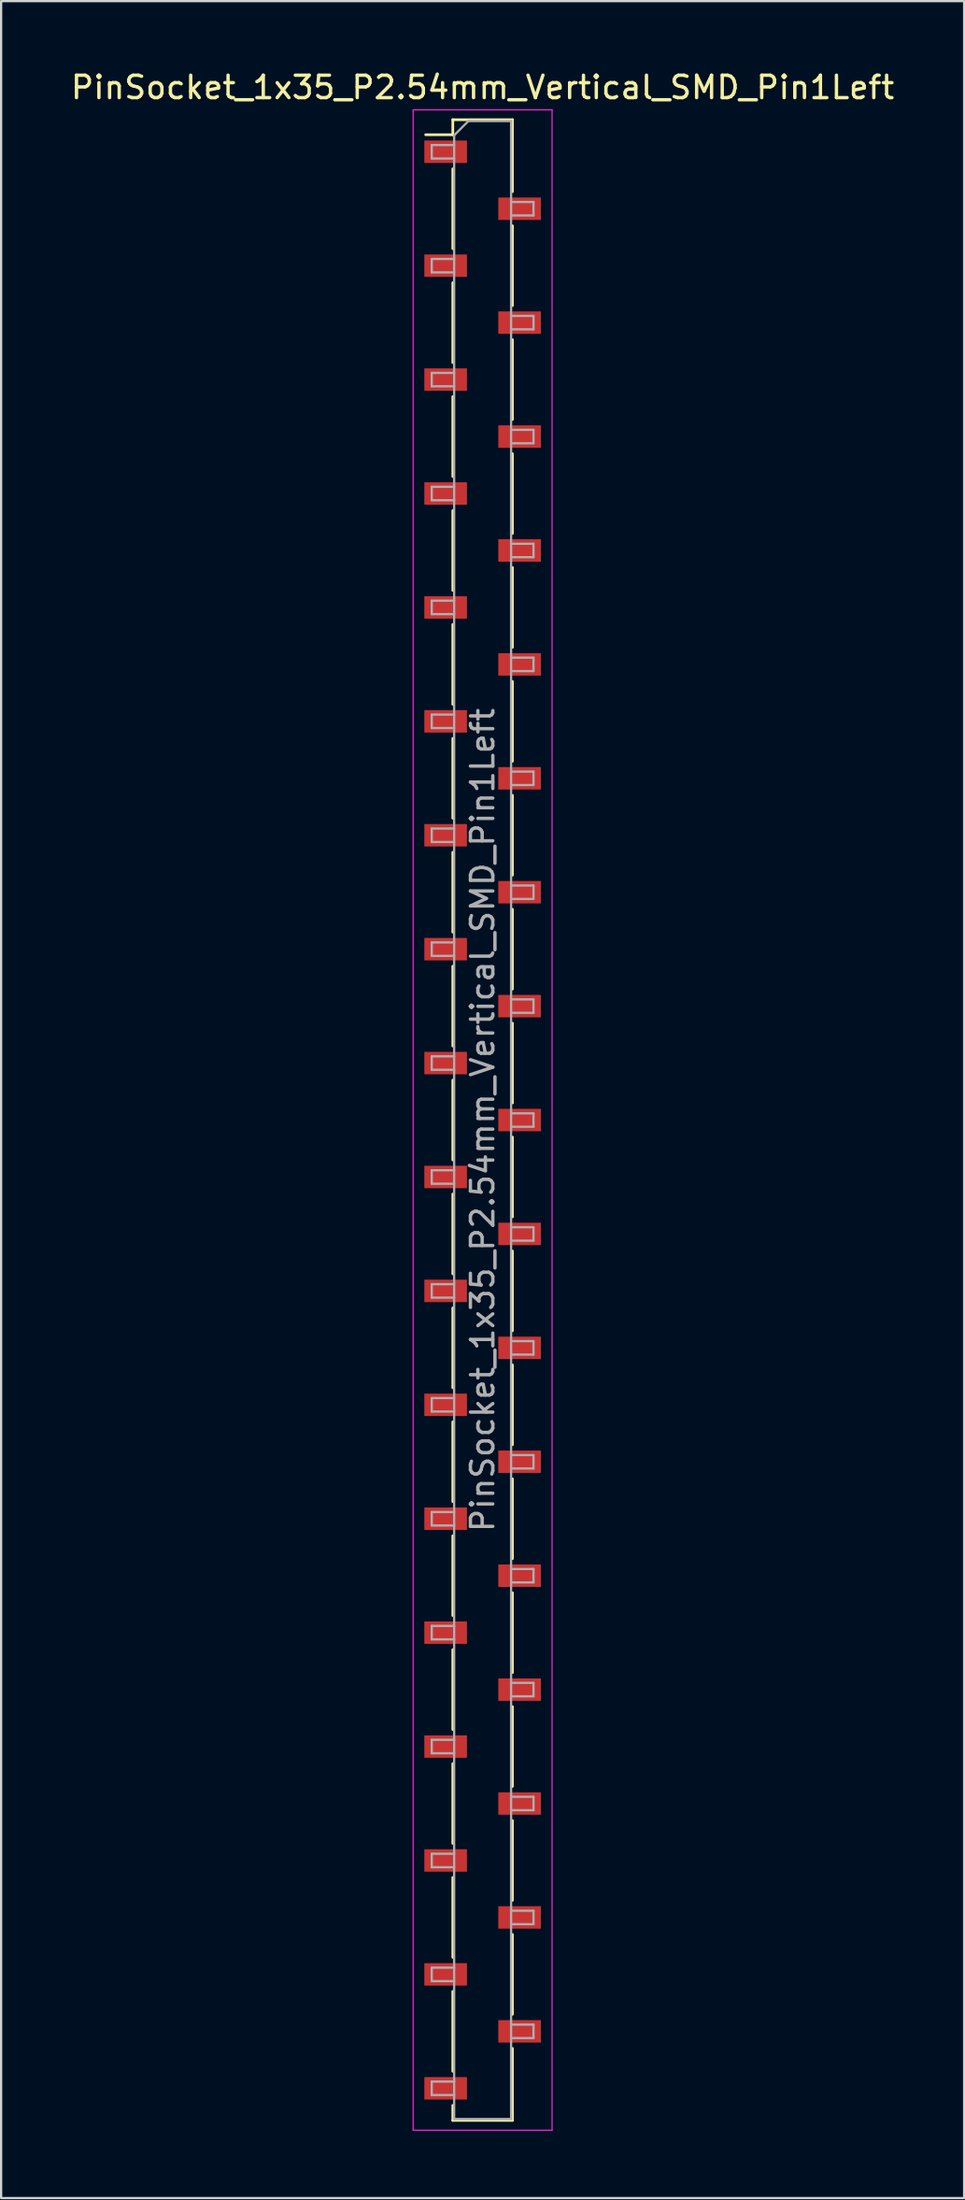
<source format=kicad_pcb>
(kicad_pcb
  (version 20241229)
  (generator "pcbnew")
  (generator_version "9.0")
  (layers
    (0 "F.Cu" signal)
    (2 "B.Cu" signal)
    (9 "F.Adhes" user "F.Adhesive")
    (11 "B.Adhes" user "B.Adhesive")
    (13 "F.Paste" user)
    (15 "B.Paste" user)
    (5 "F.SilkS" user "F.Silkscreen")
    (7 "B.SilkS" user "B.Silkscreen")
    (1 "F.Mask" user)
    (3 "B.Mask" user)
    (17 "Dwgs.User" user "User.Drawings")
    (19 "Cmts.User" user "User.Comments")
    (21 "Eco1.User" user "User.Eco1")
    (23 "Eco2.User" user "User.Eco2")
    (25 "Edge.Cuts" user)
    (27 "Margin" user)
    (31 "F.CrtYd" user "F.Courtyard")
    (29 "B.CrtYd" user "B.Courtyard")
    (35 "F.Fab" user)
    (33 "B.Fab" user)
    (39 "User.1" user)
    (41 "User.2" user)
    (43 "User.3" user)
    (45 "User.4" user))
  (footprint "PinSocket_1x35_P2.54mm_Vertical_SMD_Pin1Left"
    (layer "F.Cu")
    (at 18.482 46.898)
    (property "Reference" "PinSocket_1x35_P2.54mm_Vertical_SMD_Pin1Left" (at 0 -46.05 0) (layer "F.SilkS") (effects (font (size 1 1) (thickness 0.15))))
    (attr smd)
    (fp_line (start -2.54 -43.94) (end -1.33 -43.94) (stroke (width 0.12) (type solid)) (layer "F.SilkS"))
    (fp_line (start -1.33 -44.61) (end -1.33 -43.94) (stroke (width 0.12) (type solid)) (layer "F.SilkS"))
    (fp_line (start -1.33 -44.61) (end 1.33 -44.61) (stroke (width 0.12) (type solid)) (layer "F.SilkS"))
    (fp_line (start -1.33 -42.42) (end -1.33 -38.86) (stroke (width 0.12) (type solid)) (layer "F.SilkS"))
    (fp_line (start -1.33 -37.34) (end -1.33 -33.78) (stroke (width 0.12) (type solid)) (layer "F.SilkS"))
    (fp_line (start -1.33 -32.26) (end -1.33 -28.7) (stroke (width 0.12) (type solid)) (layer "F.SilkS"))
    (fp_line (start -1.33 -27.18) (end -1.33 -23.62) (stroke (width 0.12) (type solid)) (layer "F.SilkS"))
    (fp_line (start -1.33 -22.1) (end -1.33 -18.54) (stroke (width 0.12) (type solid)) (layer "F.SilkS"))
    (fp_line (start -1.33 -17.02) (end -1.33 -13.46) (stroke (width 0.12) (type solid)) (layer "F.SilkS"))
    (fp_line (start -1.33 -11.94) (end -1.33 -8.38) (stroke (width 0.12) (type solid)) (layer "F.SilkS"))
    (fp_line (start -1.33 -6.86) (end -1.33 -3.3) (stroke (width 0.12) (type solid)) (layer "F.SilkS"))
    (fp_line (start -1.33 -1.78) (end -1.33 1.78) (stroke (width 0.12) (type solid)) (layer "F.SilkS"))
    (fp_line (start -1.33 3.3) (end -1.33 6.86) (stroke (width 0.12) (type solid)) (layer "F.SilkS"))
    (fp_line (start -1.33 8.38) (end -1.33 11.94) (stroke (width 0.12) (type solid)) (layer "F.SilkS"))
    (fp_line (start -1.33 13.46) (end -1.33 17.02) (stroke (width 0.12) (type solid)) (layer "F.SilkS"))
    (fp_line (start -1.33 18.54) (end -1.33 22.1) (stroke (width 0.12) (type solid)) (layer "F.SilkS"))
    (fp_line (start -1.33 23.62) (end -1.33 27.18) (stroke (width 0.12) (type solid)) (layer "F.SilkS"))
    (fp_line (start -1.33 28.7) (end -1.33 32.26) (stroke (width 0.12) (type solid)) (layer "F.SilkS"))
    (fp_line (start -1.33 33.78) (end -1.33 37.34) (stroke (width 0.12) (type solid)) (layer "F.SilkS"))
    (fp_line (start -1.33 38.86) (end -1.33 42.42) (stroke (width 0.12) (type solid)) (layer "F.SilkS"))
    (fp_line (start -1.33 43.94) (end -1.33 44.61) (stroke (width 0.12) (type solid)) (layer "F.SilkS"))
    (fp_line (start -1.33 44.61) (end 1.33 44.61) (stroke (width 0.12) (type solid)) (layer "F.SilkS"))
    (fp_line (start 1.33 -44.61) (end 1.33 -41.4) (stroke (width 0.12) (type solid)) (layer "F.SilkS"))
    (fp_line (start 1.33 -39.88) (end 1.33 -36.32) (stroke (width 0.12) (type solid)) (layer "F.SilkS"))
    (fp_line (start 1.33 -34.8) (end 1.33 -31.24) (stroke (width 0.12) (type solid)) (layer "F.SilkS"))
    (fp_line (start 1.33 -29.72) (end 1.33 -26.16) (stroke (width 0.12) (type solid)) (layer "F.SilkS"))
    (fp_line (start 1.33 -24.64) (end 1.33 -21.08) (stroke (width 0.12) (type solid)) (layer "F.SilkS"))
    (fp_line (start 1.33 -19.56) (end 1.33 -16) (stroke (width 0.12) (type solid)) (layer "F.SilkS"))
    (fp_line (start 1.33 -14.48) (end 1.33 -10.92) (stroke (width 0.12) (type solid)) (layer "F.SilkS"))
    (fp_line (start 1.33 -9.4) (end 1.33 -5.84) (stroke (width 0.12) (type solid)) (layer "F.SilkS"))
    (fp_line (start 1.33 -4.32) (end 1.33 -0.76) (stroke (width 0.12) (type solid)) (layer "F.SilkS"))
    (fp_line (start 1.33 0.76) (end 1.33 4.32) (stroke (width 0.12) (type solid)) (layer "F.SilkS"))
    (fp_line (start 1.33 5.84) (end 1.33 9.4) (stroke (width 0.12) (type solid)) (layer "F.SilkS"))
    (fp_line (start 1.33 10.92) (end 1.33 14.48) (stroke (width 0.12) (type solid)) (layer "F.SilkS"))
    (fp_line (start 1.33 16) (end 1.33 19.56) (stroke (width 0.12) (type solid)) (layer "F.SilkS"))
    (fp_line (start 1.33 21.08) (end 1.33 24.64) (stroke (width 0.12) (type solid)) (layer "F.SilkS"))
    (fp_line (start 1.33 26.16) (end 1.33 29.72) (stroke (width 0.12) (type solid)) (layer "F.SilkS"))
    (fp_line (start 1.33 31.24) (end 1.33 34.8) (stroke (width 0.12) (type solid)) (layer "F.SilkS"))
    (fp_line (start 1.33 36.32) (end 1.33 39.88) (stroke (width 0.12) (type solid)) (layer "F.SilkS"))
    (fp_line (start 1.33 41.4) (end 1.33 44.61) (stroke (width 0.12) (type solid)) (layer "F.SilkS"))
    (fp_line (start -3.1 -45.05) (end 3.1 -45.05) (stroke (width 0.05) (type solid)) (layer "F.CrtYd"))
    (fp_line (start -3.1 45.05) (end -3.1 -45.05) (stroke (width 0.05) (type solid)) (layer "F.CrtYd"))
    (fp_line (start 3.1 -45.05) (end 3.1 45.05) (stroke (width 0.05) (type solid)) (layer "F.CrtYd"))
    (fp_line (start 3.1 45.05) (end -3.1 45.05) (stroke (width 0.05) (type solid)) (layer "F.CrtYd"))
    (fp_line (start -2.27 -43.48) (end -1.27 -43.48) (stroke (width 0.1) (type solid)) (layer "F.Fab"))
    (fp_line (start -2.27 -42.88) (end -2.27 -43.48) (stroke (width 0.1) (type solid)) (layer "F.Fab"))
    (fp_line (start -2.27 -38.4) (end -1.27 -38.4) (stroke (width 0.1) (type solid)) (layer "F.Fab"))
    (fp_line (start -2.27 -37.8) (end -2.27 -38.4) (stroke (width 0.1) (type solid)) (layer "F.Fab"))
    (fp_line (start -2.27 -33.32) (end -1.27 -33.32) (stroke (width 0.1) (type solid)) (layer "F.Fab"))
    (fp_line (start -2.27 -32.72) (end -2.27 -33.32) (stroke (width 0.1) (type solid)) (layer "F.Fab"))
    (fp_line (start -2.27 -28.24) (end -1.27 -28.24) (stroke (width 0.1) (type solid)) (layer "F.Fab"))
    (fp_line (start -2.27 -27.64) (end -2.27 -28.24) (stroke (width 0.1) (type solid)) (layer "F.Fab"))
    (fp_line (start -2.27 -23.16) (end -1.27 -23.16) (stroke (width 0.1) (type solid)) (layer "F.Fab"))
    (fp_line (start -2.27 -22.56) (end -2.27 -23.16) (stroke (width 0.1) (type solid)) (layer "F.Fab"))
    (fp_line (start -2.27 -18.08) (end -1.27 -18.08) (stroke (width 0.1) (type solid)) (layer "F.Fab"))
    (fp_line (start -2.27 -17.48) (end -2.27 -18.08) (stroke (width 0.1) (type solid)) (layer "F.Fab"))
    (fp_line (start -2.27 -13) (end -1.27 -13) (stroke (width 0.1) (type solid)) (layer "F.Fab"))
    (fp_line (start -2.27 -12.4) (end -2.27 -13) (stroke (width 0.1) (type solid)) (layer "F.Fab"))
    (fp_line (start -2.27 -7.92) (end -1.27 -7.92) (stroke (width 0.1) (type solid)) (layer "F.Fab"))
    (fp_line (start -2.27 -7.32) (end -2.27 -7.92) (stroke (width 0.1) (type solid)) (layer "F.Fab"))
    (fp_line (start -2.27 -2.84) (end -1.27 -2.84) (stroke (width 0.1) (type solid)) (layer "F.Fab"))
    (fp_line (start -2.27 -2.24) (end -2.27 -2.84) (stroke (width 0.1) (type solid)) (layer "F.Fab"))
    (fp_line (start -2.27 2.24) (end -1.27 2.24) (stroke (width 0.1) (type solid)) (layer "F.Fab"))
    (fp_line (start -2.27 2.84) (end -2.27 2.24) (stroke (width 0.1) (type solid)) (layer "F.Fab"))
    (fp_line (start -2.27 7.32) (end -1.27 7.32) (stroke (width 0.1) (type solid)) (layer "F.Fab"))
    (fp_line (start -2.27 7.92) (end -2.27 7.32) (stroke (width 0.1) (type solid)) (layer "F.Fab"))
    (fp_line (start -2.27 12.4) (end -1.27 12.4) (stroke (width 0.1) (type solid)) (layer "F.Fab"))
    (fp_line (start -2.27 13) (end -2.27 12.4) (stroke (width 0.1) (type solid)) (layer "F.Fab"))
    (fp_line (start -2.27 17.48) (end -1.27 17.48) (stroke (width 0.1) (type solid)) (layer "F.Fab"))
    (fp_line (start -2.27 18.08) (end -2.27 17.48) (stroke (width 0.1) (type solid)) (layer "F.Fab"))
    (fp_line (start -2.27 22.56) (end -1.27 22.56) (stroke (width 0.1) (type solid)) (layer "F.Fab"))
    (fp_line (start -2.27 23.16) (end -2.27 22.56) (stroke (width 0.1) (type solid)) (layer "F.Fab"))
    (fp_line (start -2.27 27.64) (end -1.27 27.64) (stroke (width 0.1) (type solid)) (layer "F.Fab"))
    (fp_line (start -2.27 28.24) (end -2.27 27.64) (stroke (width 0.1) (type solid)) (layer "F.Fab"))
    (fp_line (start -2.27 32.72) (end -1.27 32.72) (stroke (width 0.1) (type solid)) (layer "F.Fab"))
    (fp_line (start -2.27 33.32) (end -2.27 32.72) (stroke (width 0.1) (type solid)) (layer "F.Fab"))
    (fp_line (start -2.27 37.8) (end -1.27 37.8) (stroke (width 0.1) (type solid)) (layer "F.Fab"))
    (fp_line (start -2.27 38.4) (end -2.27 37.8) (stroke (width 0.1) (type solid)) (layer "F.Fab"))
    (fp_line (start -2.27 42.88) (end -1.27 42.88) (stroke (width 0.1) (type solid)) (layer "F.Fab"))
    (fp_line (start -2.27 43.48) (end -2.27 42.88) (stroke (width 0.1) (type solid)) (layer "F.Fab"))
    (fp_line (start -1.27 -43.915) (end -0.635 -44.55) (stroke (width 0.1) (type solid)) (layer "F.Fab"))
    (fp_line (start -1.27 -42.88) (end -2.27 -42.88) (stroke (width 0.1) (type solid)) (layer "F.Fab"))
    (fp_line (start -1.27 -37.8) (end -2.27 -37.8) (stroke (width 0.1) (type solid)) (layer "F.Fab"))
    (fp_line (start -1.27 -32.72) (end -2.27 -32.72) (stroke (width 0.1) (type solid)) (layer "F.Fab"))
    (fp_line (start -1.27 -27.64) (end -2.27 -27.64) (stroke (width 0.1) (type solid)) (layer "F.Fab"))
    (fp_line (start -1.27 -22.56) (end -2.27 -22.56) (stroke (width 0.1) (type solid)) (layer "F.Fab"))
    (fp_line (start -1.27 -17.48) (end -2.27 -17.48) (stroke (width 0.1) (type solid)) (layer "F.Fab"))
    (fp_line (start -1.27 -12.4) (end -2.27 -12.4) (stroke (width 0.1) (type solid)) (layer "F.Fab"))
    (fp_line (start -1.27 -7.32) (end -2.27 -7.32) (stroke (width 0.1) (type solid)) (layer "F.Fab"))
    (fp_line (start -1.27 -2.24) (end -2.27 -2.24) (stroke (width 0.1) (type solid)) (layer "F.Fab"))
    (fp_line (start -1.27 2.84) (end -2.27 2.84) (stroke (width 0.1) (type solid)) (layer "F.Fab"))
    (fp_line (start -1.27 7.92) (end -2.27 7.92) (stroke (width 0.1) (type solid)) (layer "F.Fab"))
    (fp_line (start -1.27 13) (end -2.27 13) (stroke (width 0.1) (type solid)) (layer "F.Fab"))
    (fp_line (start -1.27 18.08) (end -2.27 18.08) (stroke (width 0.1) (type solid)) (layer "F.Fab"))
    (fp_line (start -1.27 23.16) (end -2.27 23.16) (stroke (width 0.1) (type solid)) (layer "F.Fab"))
    (fp_line (start -1.27 28.24) (end -2.27 28.24) (stroke (width 0.1) (type solid)) (layer "F.Fab"))
    (fp_line (start -1.27 33.32) (end -2.27 33.32) (stroke (width 0.1) (type solid)) (layer "F.Fab"))
    (fp_line (start -1.27 38.4) (end -2.27 38.4) (stroke (width 0.1) (type solid)) (layer "F.Fab"))
    (fp_line (start -1.27 43.48) (end -2.27 43.48) (stroke (width 0.1) (type solid)) (layer "F.Fab"))
    (fp_line (start -1.27 44.55) (end -1.27 -43.915) (stroke (width 0.1) (type solid)) (layer "F.Fab"))
    (fp_line (start -0.635 -44.55) (end 1.27 -44.55) (stroke (width 0.1) (type solid)) (layer "F.Fab"))
    (fp_line (start 1.27 -44.55) (end 1.27 44.55) (stroke (width 0.1) (type solid)) (layer "F.Fab"))
    (fp_line (start 1.27 -40.94) (end 2.27 -40.94) (stroke (width 0.1) (type solid)) (layer "F.Fab"))
    (fp_line (start 1.27 -35.86) (end 2.27 -35.86) (stroke (width 0.1) (type solid)) (layer "F.Fab"))
    (fp_line (start 1.27 -30.78) (end 2.27 -30.78) (stroke (width 0.1) (type solid)) (layer "F.Fab"))
    (fp_line (start 1.27 -25.7) (end 2.27 -25.7) (stroke (width 0.1) (type solid)) (layer "F.Fab"))
    (fp_line (start 1.27 -20.62) (end 2.27 -20.62) (stroke (width 0.1) (type solid)) (layer "F.Fab"))
    (fp_line (start 1.27 -15.54) (end 2.27 -15.54) (stroke (width 0.1) (type solid)) (layer "F.Fab"))
    (fp_line (start 1.27 -10.46) (end 2.27 -10.46) (stroke (width 0.1) (type solid)) (layer "F.Fab"))
    (fp_line (start 1.27 -5.38) (end 2.27 -5.38) (stroke (width 0.1) (type solid)) (layer "F.Fab"))
    (fp_line (start 1.27 -0.3) (end 2.27 -0.3) (stroke (width 0.1) (type solid)) (layer "F.Fab"))
    (fp_line (start 1.27 4.78) (end 2.27 4.78) (stroke (width 0.1) (type solid)) (layer "F.Fab"))
    (fp_line (start 1.27 9.86) (end 2.27 9.86) (stroke (width 0.1) (type solid)) (layer "F.Fab"))
    (fp_line (start 1.27 14.94) (end 2.27 14.94) (stroke (width 0.1) (type solid)) (layer "F.Fab"))
    (fp_line (start 1.27 20.02) (end 2.27 20.02) (stroke (width 0.1) (type solid)) (layer "F.Fab"))
    (fp_line (start 1.27 25.1) (end 2.27 25.1) (stroke (width 0.1) (type solid)) (layer "F.Fab"))
    (fp_line (start 1.27 30.18) (end 2.27 30.18) (stroke (width 0.1) (type solid)) (layer "F.Fab"))
    (fp_line (start 1.27 35.26) (end 2.27 35.26) (stroke (width 0.1) (type solid)) (layer "F.Fab"))
    (fp_line (start 1.27 40.34) (end 2.27 40.34) (stroke (width 0.1) (type solid)) (layer "F.Fab"))
    (fp_line (start 1.27 44.55) (end -1.27 44.55) (stroke (width 0.1) (type solid)) (layer "F.Fab"))
    (fp_line (start 2.27 -40.94) (end 2.27 -40.34) (stroke (width 0.1) (type solid)) (layer "F.Fab"))
    (fp_line (start 2.27 -40.34) (end 1.27 -40.34) (stroke (width 0.1) (type solid)) (layer "F.Fab"))
    (fp_line (start 2.27 -35.86) (end 2.27 -35.26) (stroke (width 0.1) (type solid)) (layer "F.Fab"))
    (fp_line (start 2.27 -35.26) (end 1.27 -35.26) (stroke (width 0.1) (type solid)) (layer "F.Fab"))
    (fp_line (start 2.27 -30.78) (end 2.27 -30.18) (stroke (width 0.1) (type solid)) (layer "F.Fab"))
    (fp_line (start 2.27 -30.18) (end 1.27 -30.18) (stroke (width 0.1) (type solid)) (layer "F.Fab"))
    (fp_line (start 2.27 -25.7) (end 2.27 -25.1) (stroke (width 0.1) (type solid)) (layer "F.Fab"))
    (fp_line (start 2.27 -25.1) (end 1.27 -25.1) (stroke (width 0.1) (type solid)) (layer "F.Fab"))
    (fp_line (start 2.27 -20.62) (end 2.27 -20.02) (stroke (width 0.1) (type solid)) (layer "F.Fab"))
    (fp_line (start 2.27 -20.02) (end 1.27 -20.02) (stroke (width 0.1) (type solid)) (layer "F.Fab"))
    (fp_line (start 2.27 -15.54) (end 2.27 -14.94) (stroke (width 0.1) (type solid)) (layer "F.Fab"))
    (fp_line (start 2.27 -14.94) (end 1.27 -14.94) (stroke (width 0.1) (type solid)) (layer "F.Fab"))
    (fp_line (start 2.27 -10.46) (end 2.27 -9.86) (stroke (width 0.1) (type solid)) (layer "F.Fab"))
    (fp_line (start 2.27 -9.86) (end 1.27 -9.86) (stroke (width 0.1) (type solid)) (layer "F.Fab"))
    (fp_line (start 2.27 -5.38) (end 2.27 -4.78) (stroke (width 0.1) (type solid)) (layer "F.Fab"))
    (fp_line (start 2.27 -4.78) (end 1.27 -4.78) (stroke (width 0.1) (type solid)) (layer "F.Fab"))
    (fp_line (start 2.27 -0.3) (end 2.27 0.3) (stroke (width 0.1) (type solid)) (layer "F.Fab"))
    (fp_line (start 2.27 0.3) (end 1.27 0.3) (stroke (width 0.1) (type solid)) (layer "F.Fab"))
    (fp_line (start 2.27 4.78) (end 2.27 5.38) (stroke (width 0.1) (type solid)) (layer "F.Fab"))
    (fp_line (start 2.27 5.38) (end 1.27 5.38) (stroke (width 0.1) (type solid)) (layer "F.Fab"))
    (fp_line (start 2.27 9.86) (end 2.27 10.46) (stroke (width 0.1) (type solid)) (layer "F.Fab"))
    (fp_line (start 2.27 10.46) (end 1.27 10.46) (stroke (width 0.1) (type solid)) (layer "F.Fab"))
    (fp_line (start 2.27 14.94) (end 2.27 15.54) (stroke (width 0.1) (type solid)) (layer "F.Fab"))
    (fp_line (start 2.27 15.54) (end 1.27 15.54) (stroke (width 0.1) (type solid)) (layer "F.Fab"))
    (fp_line (start 2.27 20.02) (end 2.27 20.62) (stroke (width 0.1) (type solid)) (layer "F.Fab"))
    (fp_line (start 2.27 20.62) (end 1.27 20.62) (stroke (width 0.1) (type solid)) (layer "F.Fab"))
    (fp_line (start 2.27 25.1) (end 2.27 25.7) (stroke (width 0.1) (type solid)) (layer "F.Fab"))
    (fp_line (start 2.27 25.7) (end 1.27 25.7) (stroke (width 0.1) (type solid)) (layer "F.Fab"))
    (fp_line (start 2.27 30.18) (end 2.27 30.78) (stroke (width 0.1) (type solid)) (layer "F.Fab"))
    (fp_line (start 2.27 30.78) (end 1.27 30.78) (stroke (width 0.1) (type solid)) (layer "F.Fab"))
    (fp_line (start 2.27 35.26) (end 2.27 35.86) (stroke (width 0.1) (type solid)) (layer "F.Fab"))
    (fp_line (start 2.27 35.86) (end 1.27 35.86) (stroke (width 0.1) (type solid)) (layer "F.Fab"))
    (fp_line (start 2.27 40.34) (end 2.27 40.94) (stroke (width 0.1) (type solid)) (layer "F.Fab"))
    (fp_line (start 2.27 40.94) (end 1.27 40.94) (stroke (width 0.1) (type solid)) (layer "F.Fab"))
    (fp_text user "${REFERENCE}" (at 0 0 90) (layer "F.Fab") (effects (font (size 1 1) (thickness 0.15))))
    (pad "1" smd rect (at -1.65 -43.18) (size 1.9 1) (layers "F.Cu" "F.Mask" "F.Paste"))
    (pad "2" smd rect (at 1.65 -40.64) (size 1.9 1) (layers "F.Cu" "F.Mask" "F.Paste"))
    (pad "3" smd rect (at -1.65 -38.1) (size 1.9 1) (layers "F.Cu" "F.Mask" "F.Paste"))
    (pad "4" smd rect (at 1.65 -35.56) (size 1.9 1) (layers "F.Cu" "F.Mask" "F.Paste"))
    (pad "5" smd rect (at -1.65 -33.02) (size 1.9 1) (layers "F.Cu" "F.Mask" "F.Paste"))
    (pad "6" smd rect (at 1.65 -30.48) (size 1.9 1) (layers "F.Cu" "F.Mask" "F.Paste"))
    (pad "7" smd rect (at -1.65 -27.94) (size 1.9 1) (layers "F.Cu" "F.Mask" "F.Paste"))
    (pad "8" smd rect (at 1.65 -25.4) (size 1.9 1) (layers "F.Cu" "F.Mask" "F.Paste"))
    (pad "9" smd rect (at -1.65 -22.86) (size 1.9 1) (layers "F.Cu" "F.Mask" "F.Paste"))
    (pad "10" smd rect (at 1.65 -20.32) (size 1.9 1) (layers "F.Cu" "F.Mask" "F.Paste"))
    (pad "11" smd rect (at -1.65 -17.78) (size 1.9 1) (layers "F.Cu" "F.Mask" "F.Paste"))
    (pad "12" smd rect (at 1.65 -15.24) (size 1.9 1) (layers "F.Cu" "F.Mask" "F.Paste"))
    (pad "13" smd rect (at -1.65 -12.7) (size 1.9 1) (layers "F.Cu" "F.Mask" "F.Paste"))
    (pad "14" smd rect (at 1.65 -10.16) (size 1.9 1) (layers "F.Cu" "F.Mask" "F.Paste"))
    (pad "15" smd rect (at -1.65 -7.62) (size 1.9 1) (layers "F.Cu" "F.Mask" "F.Paste"))
    (pad "16" smd rect (at 1.65 -5.08) (size 1.9 1) (layers "F.Cu" "F.Mask" "F.Paste"))
    (pad "17" smd rect (at -1.65 -2.54) (size 1.9 1) (layers "F.Cu" "F.Mask" "F.Paste"))
    (pad "18" smd rect (at 1.65 0) (size 1.9 1) (layers "F.Cu" "F.Mask" "F.Paste"))
    (pad "19" smd rect (at -1.65 2.54) (size 1.9 1) (layers "F.Cu" "F.Mask" "F.Paste"))
    (pad "20" smd rect (at 1.65 5.08) (size 1.9 1) (layers "F.Cu" "F.Mask" "F.Paste"))
    (pad "21" smd rect (at -1.65 7.62) (size 1.9 1) (layers "F.Cu" "F.Mask" "F.Paste"))
    (pad "22" smd rect (at 1.65 10.16) (size 1.9 1) (layers "F.Cu" "F.Mask" "F.Paste"))
    (pad "23" smd rect (at -1.65 12.7) (size 1.9 1) (layers "F.Cu" "F.Mask" "F.Paste"))
    (pad "24" smd rect (at 1.65 15.24) (size 1.9 1) (layers "F.Cu" "F.Mask" "F.Paste"))
    (pad "25" smd rect (at -1.65 17.78) (size 1.9 1) (layers "F.Cu" "F.Mask" "F.Paste"))
    (pad "26" smd rect (at 1.65 20.32) (size 1.9 1) (layers "F.Cu" "F.Mask" "F.Paste"))
    (pad "27" smd rect (at -1.65 22.86) (size 1.9 1) (layers "F.Cu" "F.Mask" "F.Paste"))
    (pad "28" smd rect (at 1.65 25.4) (size 1.9 1) (layers "F.Cu" "F.Mask" "F.Paste"))
    (pad "29" smd rect (at -1.65 27.94) (size 1.9 1) (layers "F.Cu" "F.Mask" "F.Paste"))
    (pad "30" smd rect (at 1.65 30.48) (size 1.9 1) (layers "F.Cu" "F.Mask" "F.Paste"))
    (pad "31" smd rect (at -1.65 33.02) (size 1.9 1) (layers "F.Cu" "F.Mask" "F.Paste"))
    (pad "32" smd rect (at 1.65 35.56) (size 1.9 1) (layers "F.Cu" "F.Mask" "F.Paste"))
    (pad "33" smd rect (at -1.65 38.1) (size 1.9 1) (layers "F.Cu" "F.Mask" "F.Paste"))
    (pad "34" smd rect (at 1.65 40.64) (size 1.9 1) (layers "F.Cu" "F.Mask" "F.Paste"))
    (pad "35" smd rect (at -1.65 43.18) (size 1.9 1) (layers "F.Cu" "F.Mask" "F.Paste")))
  (gr_rect
    (start -3 -3)
    (end 39.964 94.973)
    (stroke (width 0.1) (type default))
    (fill no)
    (layer "Edge.Cuts")))
</source>
